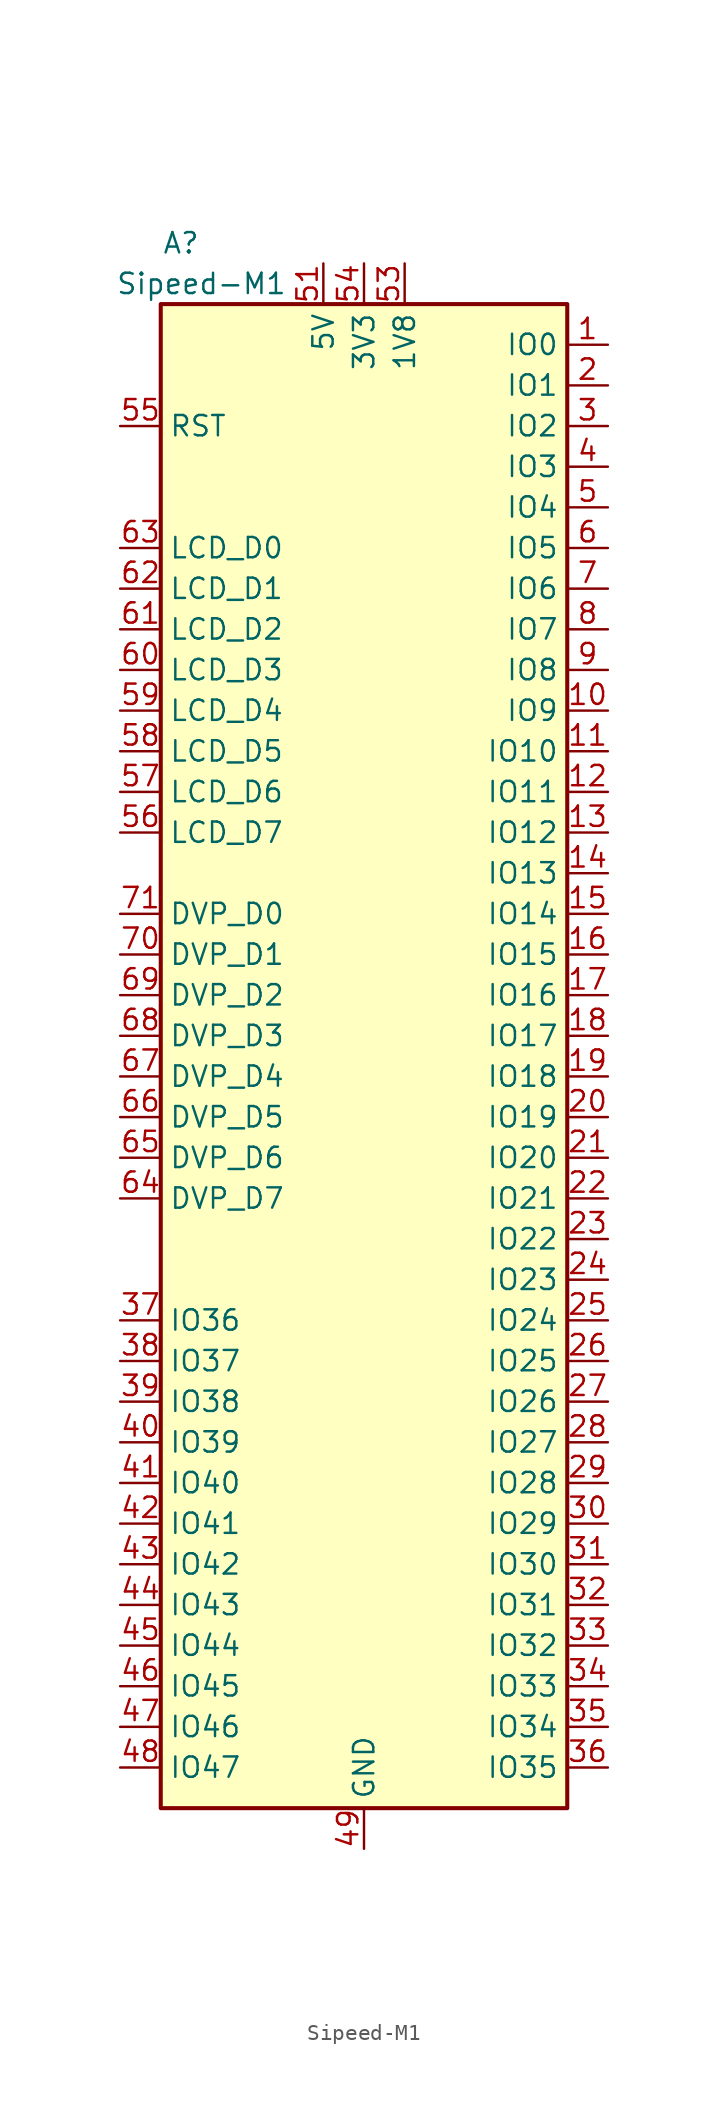
<source format=kicad_sym>
(kicad_symbol_lib
  (version 20201005)
  (generator kicad_symbol_editor)
  (symbol "MCU_Module:Sipeed-M1"
    (property "Reference" "A"
      (at -11.43 52.07 0)
      (effects (font (size 1.27 1.27))))
    (property "Value" "Sipeed-M1"
      (at -10.16 49.53 0)
      (effects (font (size 1.27 1.27))))
    (symbol "Sipeed-M1_0_1"
      (rectangle (start 12.7 -45.72) (end -12.7 48.26) (stroke (width 0.254)) (fill (type background))))
    (symbol "Sipeed-M1_1_1"
      (pin bidirectional line (at 15.24 45.72 180) (length 2.54) (name "IO0" (effects (font (size 1.27 1.27)))) (number "1" (effects (font (size 1.27 1.27)))))
      (pin bidirectional line (at 15.24 22.86 180) (length 2.54) (name "IO9" (effects (font (size 1.27 1.27)))) (number "10" (effects (font (size 1.27 1.27)))))
      (pin bidirectional line (at 15.24 20.32 180) (length 2.54) (name "IO10" (effects (font (size 1.27 1.27)))) (number "11" (effects (font (size 1.27 1.27)))))
      (pin bidirectional line (at 15.24 17.78 180) (length 2.54) (name "IO11" (effects (font (size 1.27 1.27)))) (number "12" (effects (font (size 1.27 1.27)))))
      (pin bidirectional line (at 15.24 15.24 180) (length 2.54) (name "IO12" (effects (font (size 1.27 1.27)))) (number "13" (effects (font (size 1.27 1.27)))))
      (pin bidirectional line (at 15.24 12.7 180) (length 2.54) (name "IO13" (effects (font (size 1.27 1.27)))) (number "14" (effects (font (size 1.27 1.27)))))
      (pin bidirectional line (at 15.24 10.16 180) (length 2.54) (name "IO14" (effects (font (size 1.27 1.27)))) (number "15" (effects (font (size 1.27 1.27)))))
      (pin bidirectional line (at 15.24 7.62 180) (length 2.54) (name "IO15" (effects (font (size 1.27 1.27)))) (number "16" (effects (font (size 1.27 1.27)))))
      (pin bidirectional line (at 15.24 5.08 180) (length 2.54) (name "IO16" (effects (font (size 1.27 1.27)))) (number "17" (effects (font (size 1.27 1.27)))))
      (pin bidirectional line (at 15.24 2.54 180) (length 2.54) (name "IO17" (effects (font (size 1.27 1.27)))) (number "18" (effects (font (size 1.27 1.27)))))
      (pin bidirectional line (at 15.24 0 180) (length 2.54) (name "IO18" (effects (font (size 1.27 1.27)))) (number "19" (effects (font (size 1.27 1.27)))))
      (pin bidirectional line (at 15.24 43.18 180) (length 2.54) (name "IO1" (effects (font (size 1.27 1.27)))) (number "2" (effects (font (size 1.27 1.27)))))
      (pin bidirectional line (at 15.24 -2.54 180) (length 2.54) (name "IO19" (effects (font (size 1.27 1.27)))) (number "20" (effects (font (size 1.27 1.27)))))
      (pin bidirectional line (at 15.24 -5.08 180) (length 2.54) (name "IO20" (effects (font (size 1.27 1.27)))) (number "21" (effects (font (size 1.27 1.27)))))
      (pin bidirectional line (at 15.24 -7.62 180) (length 2.54) (name "IO21" (effects (font (size 1.27 1.27)))) (number "22" (effects (font (size 1.27 1.27)))))
      (pin bidirectional line (at 15.24 -10.16 180) (length 2.54) (name "IO22" (effects (font (size 1.27 1.27)))) (number "23" (effects (font (size 1.27 1.27)))))
      (pin bidirectional line (at 15.24 -12.7 180) (length 2.54) (name "IO23" (effects (font (size 1.27 1.27)))) (number "24" (effects (font (size 1.27 1.27)))))
      (pin bidirectional line (at 15.24 -15.24 180) (length 2.54) (name "IO24" (effects (font (size 1.27 1.27)))) (number "25" (effects (font (size 1.27 1.27)))))
      (pin bidirectional line (at 15.24 -17.78 180) (length 2.54) (name "IO25" (effects (font (size 1.27 1.27)))) (number "26" (effects (font (size 1.27 1.27)))))
      (pin bidirectional line (at 15.24 -20.32 180) (length 2.54) (name "IO26" (effects (font (size 1.27 1.27)))) (number "27" (effects (font (size 1.27 1.27)))))
      (pin bidirectional line (at 15.24 -22.86 180) (length 2.54) (name "IO27" (effects (font (size 1.27 1.27)))) (number "28" (effects (font (size 1.27 1.27)))))
      (pin bidirectional line (at 15.24 -25.4 180) (length 2.54) (name "IO28" (effects (font (size 1.27 1.27)))) (number "29" (effects (font (size 1.27 1.27)))))
      (pin bidirectional line (at 15.24 40.64 180) (length 2.54) (name "IO2" (effects (font (size 1.27 1.27)))) (number "3" (effects (font (size 1.27 1.27)))))
      (pin bidirectional line (at 15.24 -27.94 180) (length 2.54) (name "IO29" (effects (font (size 1.27 1.27)))) (number "30" (effects (font (size 1.27 1.27)))))
      (pin bidirectional line (at 15.24 -30.48 180) (length 2.54) (name "IO30" (effects (font (size 1.27 1.27)))) (number "31" (effects (font (size 1.27 1.27)))))
      (pin bidirectional line (at 15.24 -33.02 180) (length 2.54) (name "IO31" (effects (font (size 1.27 1.27)))) (number "32" (effects (font (size 1.27 1.27)))))
      (pin bidirectional line (at 15.24 -35.56 180) (length 2.54) (name "IO32" (effects (font (size 1.27 1.27)))) (number "33" (effects (font (size 1.27 1.27)))))
      (pin bidirectional line (at 15.24 -38.1 180) (length 2.54) (name "IO33" (effects (font (size 1.27 1.27)))) (number "34" (effects (font (size 1.27 1.27)))))
      (pin bidirectional line (at 15.24 -40.64 180) (length 2.54) (name "IO34" (effects (font (size 1.27 1.27)))) (number "35" (effects (font (size 1.27 1.27)))))
      (pin bidirectional line (at 15.24 -43.18 180) (length 2.54) (name "IO35" (effects (font (size 1.27 1.27)))) (number "36" (effects (font (size 1.27 1.27)))))
      (pin bidirectional line (at -15.24 -15.24 0) (length 2.54) (name "IO36" (effects (font (size 1.27 1.27)))) (number "37" (effects (font (size 1.27 1.27)))))
      (pin bidirectional line (at -15.24 -17.78 0) (length 2.54) (name "IO37" (effects (font (size 1.27 1.27)))) (number "38" (effects (font (size 1.27 1.27)))))
      (pin bidirectional line (at -15.24 -20.32 0) (length 2.54) (name "IO38" (effects (font (size 1.27 1.27)))) (number "39" (effects (font (size 1.27 1.27)))))
      (pin bidirectional line (at 15.24 38.1 180) (length 2.54) (name "IO3" (effects (font (size 1.27 1.27)))) (number "4" (effects (font (size 1.27 1.27)))))
      (pin bidirectional line (at -15.24 -22.86 0) (length 2.54) (name "IO39" (effects (font (size 1.27 1.27)))) (number "40" (effects (font (size 1.27 1.27)))))
      (pin bidirectional line (at -15.24 -25.4 0) (length 2.54) (name "IO40" (effects (font (size 1.27 1.27)))) (number "41" (effects (font (size 1.27 1.27)))))
      (pin bidirectional line (at -15.24 -27.94 0) (length 2.54) (name "IO41" (effects (font (size 1.27 1.27)))) (number "42" (effects (font (size 1.27 1.27)))))
      (pin bidirectional line (at -15.24 -30.48 0) (length 2.54) (name "IO42" (effects (font (size 1.27 1.27)))) (number "43" (effects (font (size 1.27 1.27)))))
      (pin bidirectional line (at -15.24 -33.02 0) (length 2.54) (name "IO43" (effects (font (size 1.27 1.27)))) (number "44" (effects (font (size 1.27 1.27)))))
      (pin bidirectional line (at -15.24 -35.56 0) (length 2.54) (name "IO44" (effects (font (size 1.27 1.27)))) (number "45" (effects (font (size 1.27 1.27)))))
      (pin bidirectional line (at -15.24 -38.1 0) (length 2.54) (name "IO45" (effects (font (size 1.27 1.27)))) (number "46" (effects (font (size 1.27 1.27)))))
      (pin bidirectional line (at -15.24 -40.64 0) (length 2.54) (name "IO46" (effects (font (size 1.27 1.27)))) (number "47" (effects (font (size 1.27 1.27)))))
      (pin bidirectional line (at -15.24 -43.18 0) (length 2.54) (name "IO47" (effects (font (size 1.27 1.27)))) (number "48" (effects (font (size 1.27 1.27)))))
      (pin power_in line (at 0 -48.26 90) (length 2.54) (name "GND" (effects (font (size 1.27 1.27)))) (number "49" (effects (font (size 1.27 1.27)))))
      (pin bidirectional line (at 15.24 35.56 180) (length 2.54) (name "IO4" (effects (font (size 1.27 1.27)))) (number "5" (effects (font (size 1.27 1.27)))))
      (pin passive line (at 0 -48.26 90) (length 2.54) hide (name "GND" (effects (font (size 1.27 1.27)))) (number "50" (effects (font (size 1.27 1.27)))))
      (pin power_in line (at -2.54 50.8 270) (length 2.54) (name "5V" (effects (font (size 1.27 1.27)))) (number "51" (effects (font (size 1.27 1.27)))))
      (pin passive line (at -2.54 50.8 270) (length 2.54) hide (name "5V" (effects (font (size 1.27 1.27)))) (number "52" (effects (font (size 1.27 1.27)))))
      (pin power_out line (at 2.54 50.8 270) (length 2.54) (name "1V8" (effects (font (size 1.27 1.27)))) (number "53" (effects (font (size 1.27 1.27)))))
      (pin power_out line (at 0 50.8 270) (length 2.54) (name "3V3" (effects (font (size 1.27 1.27)))) (number "54" (effects (font (size 1.27 1.27)))))
      (pin input line (at -15.24 40.64 0) (length 2.54) (name "RST" (effects (font (size 1.27 1.27)))) (number "55" (effects (font (size 1.27 1.27)))))
      (pin bidirectional line (at -15.24 15.24 0) (length 2.54) (name "LCD_D7" (effects (font (size 1.27 1.27)))) (number "56" (effects (font (size 1.27 1.27)))))
      (pin bidirectional line (at -15.24 17.78 0) (length 2.54) (name "LCD_D6" (effects (font (size 1.27 1.27)))) (number "57" (effects (font (size 1.27 1.27)))))
      (pin bidirectional line (at -15.24 20.32 0) (length 2.54) (name "LCD_D5" (effects (font (size 1.27 1.27)))) (number "58" (effects (font (size 1.27 1.27)))))
      (pin bidirectional line (at -15.24 22.86 0) (length 2.54) (name "LCD_D4" (effects (font (size 1.27 1.27)))) (number "59" (effects (font (size 1.27 1.27)))))
      (pin bidirectional line (at 15.24 33.02 180) (length 2.54) (name "IO5" (effects (font (size 1.27 1.27)))) (number "6" (effects (font (size 1.27 1.27)))))
      (pin bidirectional line (at -15.24 25.4 0) (length 2.54) (name "LCD_D3" (effects (font (size 1.27 1.27)))) (number "60" (effects (font (size 1.27 1.27)))))
      (pin bidirectional line (at -15.24 27.94 0) (length 2.54) (name "LCD_D2" (effects (font (size 1.27 1.27)))) (number "61" (effects (font (size 1.27 1.27)))))
      (pin bidirectional line (at -15.24 30.48 0) (length 2.54) (name "LCD_D1" (effects (font (size 1.27 1.27)))) (number "62" (effects (font (size 1.27 1.27)))))
      (pin bidirectional line (at -15.24 33.02 0) (length 2.54) (name "LCD_D0" (effects (font (size 1.27 1.27)))) (number "63" (effects (font (size 1.27 1.27)))))
      (pin bidirectional line (at -15.24 -7.62 0) (length 2.54) (name "DVP_D7" (effects (font (size 1.27 1.27)))) (number "64" (effects (font (size 1.27 1.27)))))
      (pin bidirectional line (at -15.24 -5.08 0) (length 2.54) (name "DVP_D6" (effects (font (size 1.27 1.27)))) (number "65" (effects (font (size 1.27 1.27)))))
      (pin bidirectional line (at -15.24 -2.54 0) (length 2.54) (name "DVP_D5" (effects (font (size 1.27 1.27)))) (number "66" (effects (font (size 1.27 1.27)))))
      (pin bidirectional line (at -15.24 0 0) (length 2.54) (name "DVP_D4" (effects (font (size 1.27 1.27)))) (number "67" (effects (font (size 1.27 1.27)))))
      (pin bidirectional line (at -15.24 2.54 0) (length 2.54) (name "DVP_D3" (effects (font (size 1.27 1.27)))) (number "68" (effects (font (size 1.27 1.27)))))
      (pin bidirectional line (at -15.24 5.08 0) (length 2.54) (name "DVP_D2" (effects (font (size 1.27 1.27)))) (number "69" (effects (font (size 1.27 1.27)))))
      (pin bidirectional line (at 15.24 30.48 180) (length 2.54) (name "IO6" (effects (font (size 1.27 1.27)))) (number "7" (effects (font (size 1.27 1.27)))))
      (pin bidirectional line (at -15.24 7.62 0) (length 2.54) (name "DVP_D1" (effects (font (size 1.27 1.27)))) (number "70" (effects (font (size 1.27 1.27)))))
      (pin bidirectional line (at -15.24 10.16 0) (length 2.54) (name "DVP_D0" (effects (font (size 1.27 1.27)))) (number "71" (effects (font (size 1.27 1.27)))))
      (pin passive line (at 0 -48.26 90) (length 2.54) hide (name "GND" (effects (font (size 1.27 1.27)))) (number "72" (effects (font (size 1.27 1.27)))))
      (pin passive line (at 0 -48.26 90) (length 2.54) hide (name "GND" (effects (font (size 1.27 1.27)))) (number "73" (effects (font (size 1.27 1.27)))))
      (pin passive line (at 0 -48.26 90) (length 2.54) hide (name "GND" (effects (font (size 1.27 1.27)))) (number "74" (effects (font (size 1.27 1.27)))))
      (pin passive line (at 0 -48.26 90) (length 2.54) hide (name "GND" (effects (font (size 1.27 1.27)))) (number "75" (effects (font (size 1.27 1.27)))))
      (pin passive line (at 0 -48.26 90) (length 2.54) hide (name "GND" (effects (font (size 1.27 1.27)))) (number "76" (effects (font (size 1.27 1.27)))))
      (pin passive line (at 0 -48.26 90) (length 2.54) hide (name "GND" (effects (font (size 1.27 1.27)))) (number "77" (effects (font (size 1.27 1.27)))))
      (pin bidirectional line (at 15.24 27.94 180) (length 2.54) (name "IO7" (effects (font (size 1.27 1.27)))) (number "8" (effects (font (size 1.27 1.27)))))
      (pin bidirectional line (at 15.24 25.4 180) (length 2.54) (name "IO8" (effects (font (size 1.27 1.27)))) (number "9" (effects (font (size 1.27 1.27))))))))
</source>
